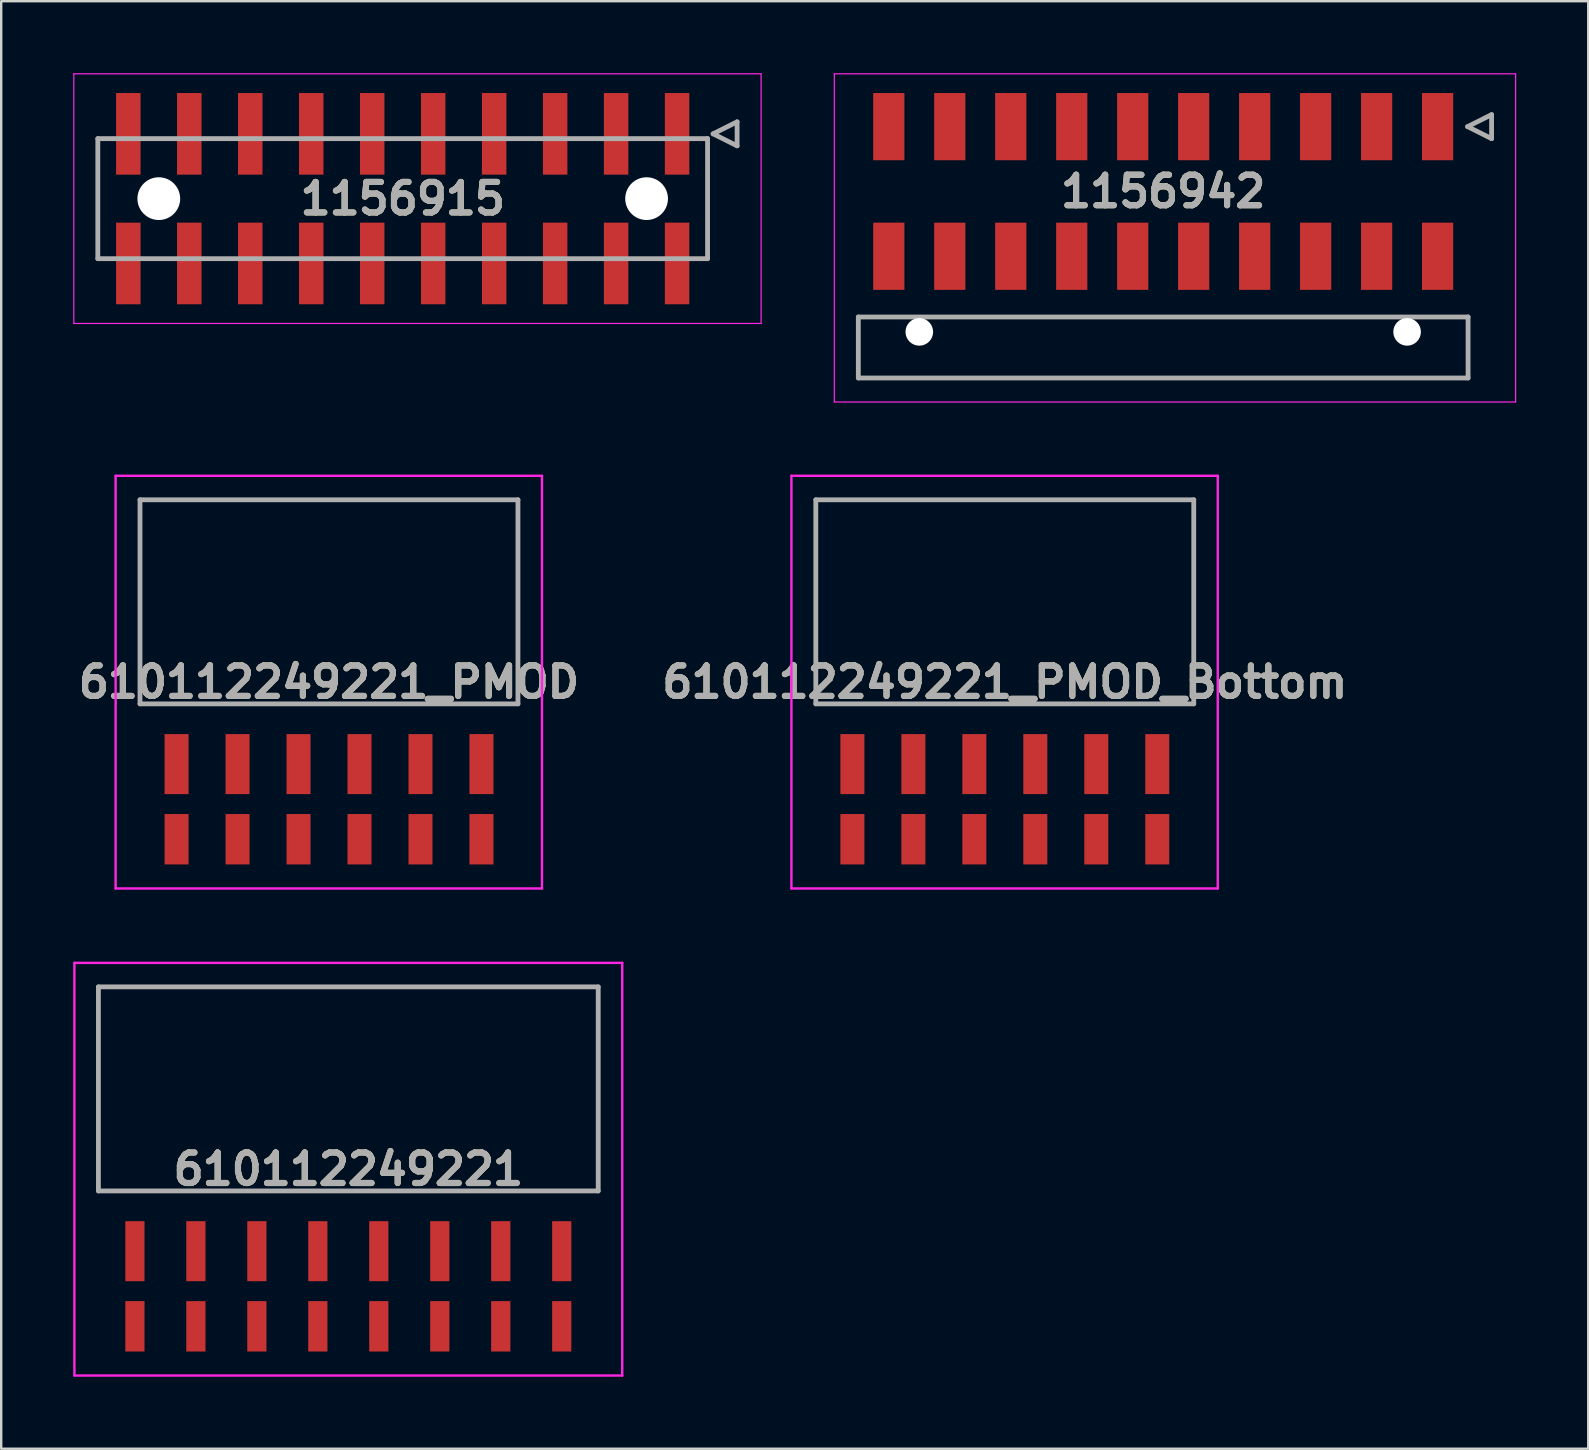
<source format=kicad_pcb>
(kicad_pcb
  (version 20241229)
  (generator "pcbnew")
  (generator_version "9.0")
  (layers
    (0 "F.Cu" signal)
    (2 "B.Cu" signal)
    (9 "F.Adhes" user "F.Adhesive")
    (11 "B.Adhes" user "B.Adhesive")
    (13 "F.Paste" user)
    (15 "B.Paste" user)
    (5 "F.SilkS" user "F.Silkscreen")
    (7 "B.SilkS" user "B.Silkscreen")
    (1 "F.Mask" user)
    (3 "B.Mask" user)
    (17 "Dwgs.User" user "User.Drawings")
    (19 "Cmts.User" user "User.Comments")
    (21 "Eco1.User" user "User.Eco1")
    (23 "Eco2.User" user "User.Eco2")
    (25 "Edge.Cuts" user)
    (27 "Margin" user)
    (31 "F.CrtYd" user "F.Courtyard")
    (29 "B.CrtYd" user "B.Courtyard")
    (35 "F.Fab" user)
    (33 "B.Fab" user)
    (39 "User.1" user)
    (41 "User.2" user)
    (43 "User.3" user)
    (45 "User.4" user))
  (footprint "1156915"
    (layer "F.Cu")
    (at 13.725 5.225)
    (property "Reference" "1156915" (at 0 0 0) (layer "F.SilkS") (effects (font (size 1.27 1.27) (thickness 0.254))))
    (attr through_hole)
    (fp_line (start -12.7 2.5) (end -12.7 -2.5) (stroke (width 0.1) (type solid)) (layer "F.SilkS"))
    (fp_line (start 12.7 -2.5) (end 12.7 2.5) (stroke (width 0.1) (type solid)) (layer "F.SilkS"))
    (fp_line (start 12.93 -2.7) (end 13.93 -3.2) (stroke (width 0.1) (type solid)) (layer "F.SilkS"))
    (fp_line (start 13.93 -3.2) (end 13.93 -2.2) (stroke (width 0.1) (type solid)) (layer "F.SilkS"))
    (fp_line (start 13.93 -2.2) (end 12.93 -2.7) (stroke (width 0.1) (type solid)) (layer "F.SilkS"))
    (fp_line (start -13.7 -5.2) (end 14.93 -5.2) (stroke (width 0.05) (type solid)) (layer "F.CrtYd"))
    (fp_line (start -13.7 5.2) (end -13.7 -5.2) (stroke (width 0.05) (type solid)) (layer "F.CrtYd"))
    (fp_line (start 14.93 -5.2) (end 14.93 5.2) (stroke (width 0.05) (type solid)) (layer "F.CrtYd"))
    (fp_line (start 14.93 5.2) (end -13.7 5.2) (stroke (width 0.05) (type solid)) (layer "F.CrtYd"))
    (fp_line (start -12.7 -2.5) (end 12.7 -2.5) (stroke (width 0.2) (type solid)) (layer "F.Fab"))
    (fp_line (start -12.7 2.5) (end -12.7 -2.5) (stroke (width 0.2) (type solid)) (layer "F.Fab"))
    (fp_line (start 12.7 -2.5) (end 12.7 2.5) (stroke (width 0.2) (type solid)) (layer "F.Fab"))
    (fp_line (start 12.7 2.5) (end -12.7 2.5) (stroke (width 0.2) (type solid)) (layer "F.Fab"))
    (fp_line (start 12.93 -2.7) (end 13.93 -3.2) (stroke (width 0.2) (type solid)) (layer "F.Fab"))
    (fp_line (start 13.93 -3.2) (end 13.93 -2.2) (stroke (width 0.2) (type solid)) (layer "F.Fab"))
    (fp_line (start 13.93 -2.2) (end 12.93 -2.7) (stroke (width 0.2) (type solid)) (layer "F.Fab"))
    (fp_text user "${REFERENCE}" (at 0 0 0) (layer "F.Fab") (effects (font (size 1.27 1.27) (thickness 0.254))))
    (pad "" np_thru_hole circle (at -10.16 0) (size 1.78 1.78) (drill 1.78) (layers "*.Cu" "*.Mask"))
    (pad "" np_thru_hole circle (at 10.16 0) (size 1.78 1.78) (drill 1.78) (layers "*.Cu" "*.Mask"))
    (pad "1" smd rect (at 11.43 -2.7) (size 1.02 3.4) (layers "F.Cu" "F.Mask" "F.Paste"))
    (pad "2" smd rect (at 8.89 -2.7) (size 1.02 3.4) (layers "F.Cu" "F.Mask" "F.Paste"))
    (pad "3" smd rect (at 6.35 -2.7) (size 1.02 3.4) (layers "F.Cu" "F.Mask" "F.Paste"))
    (pad "4" smd rect (at 3.81 -2.7) (size 1.02 3.4) (layers "F.Cu" "F.Mask" "F.Paste"))
    (pad "5" smd rect (at 1.27 -2.7) (size 1.02 3.4) (layers "F.Cu" "F.Mask" "F.Paste"))
    (pad "6" smd rect (at -1.27 -2.7) (size 1.02 3.4) (layers "F.Cu" "F.Mask" "F.Paste"))
    (pad "7" smd rect (at -3.81 -2.7) (size 1.02 3.4) (layers "F.Cu" "F.Mask" "F.Paste"))
    (pad "8" smd rect (at -6.35 -2.7) (size 1.02 3.4) (layers "F.Cu" "F.Mask" "F.Paste"))
    (pad "9" smd rect (at -8.89 -2.7) (size 1.02 3.4) (layers "F.Cu" "F.Mask" "F.Paste"))
    (pad "10" smd rect (at -11.43 -2.7) (size 1.02 3.4) (layers "F.Cu" "F.Mask" "F.Paste"))
    (pad "11" smd rect (at 11.43 2.7) (size 1.02 3.4) (layers "F.Cu" "F.Mask" "F.Paste"))
    (pad "12" smd rect (at 8.89 2.7) (size 1.02 3.4) (layers "F.Cu" "F.Mask" "F.Paste"))
    (pad "13" smd rect (at 6.35 2.7) (size 1.02 3.4) (layers "F.Cu" "F.Mask" "F.Paste"))
    (pad "14" smd rect (at 3.81 2.7) (size 1.02 3.4) (layers "F.Cu" "F.Mask" "F.Paste"))
    (pad "15" smd rect (at 1.27 2.7) (size 1.02 3.4) (layers "F.Cu" "F.Mask" "F.Paste"))
    (pad "16" smd rect (at -1.27 2.7) (size 1.02 3.4) (layers "F.Cu" "F.Mask" "F.Paste"))
    (pad "17" smd rect (at -3.81 2.7) (size 1.02 3.4) (layers "F.Cu" "F.Mask" "F.Paste"))
    (pad "18" smd rect (at -6.35 2.7) (size 1.02 3.4) (layers "F.Cu" "F.Mask" "F.Paste"))
    (pad "19" smd rect (at -8.89 2.7) (size 1.02 3.4) (layers "F.Cu" "F.Mask" "F.Paste"))
    (pad "20" smd rect (at -11.43 2.7) (size 1.02 3.4) (layers "F.Cu" "F.Mask" "F.Paste")))
  (footprint "610112249221_PMOD_Bottom"
    (layer "F.Cu")
    (at 38.806 24.84)
    (property "Reference" "610112249221_PMOD_Bottom" (at 0.002 0.525 0) (layer "F.SilkS") (effects (font (size 1.27 1.27) (thickness 0.254))))
    (attr smd)
    (fp_line (start -7.872 -7.07) (end 7.872 -7.07) (stroke (width 0.1) (type solid)) (layer "F.SilkS"))
    (fp_line (start -7.872 1.43) (end -7.872 -7.07) (stroke (width 0.1) (type solid)) (layer "F.SilkS"))
    (fp_line (start 7.872 -7.07) (end 7.872 1.43) (stroke (width 0.1) (type solid)) (layer "F.SilkS"))
    (fp_line (start 7.872 1.43) (end -7.872 1.43) (stroke (width 0.1) (type solid)) (layer "F.SilkS"))
    (fp_line (start -8.888 -8.07) (end 8.872 -8.07) (stroke (width 0.1) (type solid)) (layer "F.CrtYd"))
    (fp_line (start -8.888 9.12) (end -8.888 -8.07) (stroke (width 0.1) (type solid)) (layer "F.CrtYd"))
    (fp_line (start 8.872 -8.07) (end 8.872 9.12) (stroke (width 0.1) (type solid)) (layer "F.CrtYd"))
    (fp_line (start 8.872 9.12) (end -8.888 9.12) (stroke (width 0.1) (type solid)) (layer "F.CrtYd"))
    (fp_line (start -7.872 -7.07) (end 7.872 -7.07) (stroke (width 0.2) (type solid)) (layer "F.Fab"))
    (fp_line (start -7.872 1.43) (end -7.872 -7.07) (stroke (width 0.2) (type solid)) (layer "F.Fab"))
    (fp_line (start 7.872 -7.07) (end 7.872 1.43) (stroke (width 0.2) (type solid)) (layer "F.Fab"))
    (fp_line (start 7.872 1.43) (end -7.872 1.43) (stroke (width 0.2) (type solid)) (layer "F.Fab"))
    (fp_text user "${REFERENCE}" (at 0.002 0.525 0) (layer "F.Fab") (effects (font (size 1.27 1.27) (thickness 0.254))))
    (pad "" np_thru_hole circle (at -5.078 -0.07) (size 0.001 0.001) (drill 1.4) (layers "*.Cu" "*.Mask"))
    (pad "" np_thru_hole circle (at 5.082 -0.07) (size 0.001 0.001) (drill 1.4) (layers "*.Cu" "*.Mask"))
    (pad "1" smd rect (at 6.352 3.94) (size 1 2.5) (layers "F.Cu" "F.Mask" "F.Paste"))
    (pad "2" smd rect (at 3.812 3.94) (size 1 2.5) (layers "F.Cu" "F.Mask" "F.Paste"))
    (pad "3" smd rect (at 1.272 3.94) (size 1 2.5) (layers "F.Cu" "F.Mask" "F.Paste"))
    (pad "4" smd rect (at -1.268 3.94) (size 1 2.5) (layers "F.Cu" "F.Mask" "F.Paste"))
    (pad "5" smd rect (at -3.808 3.94) (size 1 2.5) (layers "F.Cu" "F.Mask" "F.Paste"))
    (pad "6" smd rect (at -6.348 3.94) (size 1 2.5) (layers "F.Cu" "F.Mask" "F.Paste"))
    (pad "7" smd rect (at 6.352 7.07) (size 1 2.1) (layers "F.Cu" "F.Mask" "F.Paste"))
    (pad "8" smd rect (at 3.812 7.07) (size 1 2.1) (layers "F.Cu" "F.Mask" "F.Paste"))
    (pad "9" smd rect (at 1.272 7.07) (size 1 2.1) (layers "F.Cu" "F.Mask" "F.Paste"))
    (pad "10" smd rect (at -1.268 7.07) (size 1 2.1) (layers "F.Cu" "F.Mask" "F.Paste"))
    (pad "11" smd rect (at -3.808 7.07) (size 1 2.1) (layers "F.Cu" "F.Mask" "F.Paste"))
    (pad "12" smd rect (at -6.348 7.07) (size 1 2.1) (layers "F.Cu" "F.Mask" "F.Paste")))
  (footprint "610112249221_PMOD"
    (layer "F.Cu")
    (at 10.654 24.84)
    (property "Reference" "610112249221_PMOD" (at 0.002 0.525 0) (layer "F.SilkS") (effects (font (size 1.27 1.27) (thickness 0.254))))
    (attr smd)
    (fp_line (start -7.872 -7.07) (end 7.872 -7.07) (stroke (width 0.1) (type solid)) (layer "F.SilkS"))
    (fp_line (start -7.872 1.43) (end -7.872 -7.07) (stroke (width 0.1) (type solid)) (layer "F.SilkS"))
    (fp_line (start 7.872 -7.07) (end 7.872 1.43) (stroke (width 0.1) (type solid)) (layer "F.SilkS"))
    (fp_line (start 7.872 1.43) (end -7.872 1.43) (stroke (width 0.1) (type solid)) (layer "F.SilkS"))
    (fp_line (start -8.888 -8.07) (end 8.872 -8.07) (stroke (width 0.1) (type solid)) (layer "F.CrtYd"))
    (fp_line (start -8.888 9.12) (end -8.888 -8.07) (stroke (width 0.1) (type solid)) (layer "F.CrtYd"))
    (fp_line (start 8.872 -8.07) (end 8.872 9.12) (stroke (width 0.1) (type solid)) (layer "F.CrtYd"))
    (fp_line (start 8.872 9.12) (end -8.888 9.12) (stroke (width 0.1) (type solid)) (layer "F.CrtYd"))
    (fp_line (start -7.872 -7.07) (end 7.872 -7.07) (stroke (width 0.2) (type solid)) (layer "F.Fab"))
    (fp_line (start -7.872 1.43) (end -7.872 -7.07) (stroke (width 0.2) (type solid)) (layer "F.Fab"))
    (fp_line (start 7.872 -7.07) (end 7.872 1.43) (stroke (width 0.2) (type solid)) (layer "F.Fab"))
    (fp_line (start 7.872 1.43) (end -7.872 1.43) (stroke (width 0.2) (type solid)) (layer "F.Fab"))
    (fp_text user "${REFERENCE}" (at 0.002 0.525 0) (layer "F.Fab") (effects (font (size 1.27 1.27) (thickness 0.254))))
    (pad "" np_thru_hole circle (at -5.078 -0.07) (size 0.001 0.001) (drill 1.4) (layers "*.Cu" "*.Mask"))
    (pad "" np_thru_hole circle (at 5.082 -0.07) (size 0.001 0.001) (drill 1.4) (layers "*.Cu" "*.Mask"))
    (pad "1" smd rect (at -6.348 7.07) (size 1 2.1) (layers "F.Cu" "F.Mask" "F.Paste"))
    (pad "2" smd rect (at -3.808 7.07) (size 1 2.1) (layers "F.Cu" "F.Mask" "F.Paste"))
    (pad "3" smd rect (at -1.268 7.07) (size 1 2.1) (layers "F.Cu" "F.Mask" "F.Paste"))
    (pad "4" smd rect (at 1.272 7.07) (size 1 2.1) (layers "F.Cu" "F.Mask" "F.Paste"))
    (pad "5" smd rect (at 3.812 7.07) (size 1 2.1) (layers "F.Cu" "F.Mask" "F.Paste"))
    (pad "6" smd rect (at 6.352 7.07) (size 1 2.1) (layers "F.Cu" "F.Mask" "F.Paste"))
    (pad "7" smd rect (at -6.348 3.94) (size 1 2.5) (layers "F.Cu" "F.Mask" "F.Paste"))
    (pad "8" smd rect (at -3.808 3.94) (size 1 2.5) (layers "F.Cu" "F.Mask" "F.Paste"))
    (pad "9" smd rect (at -1.268 3.94) (size 1 2.5) (layers "F.Cu" "F.Mask" "F.Paste"))
    (pad "10" smd rect (at 1.272 3.94) (size 1 2.5) (layers "F.Cu" "F.Mask" "F.Paste"))
    (pad "11" smd rect (at 3.812 3.94) (size 1 2.5) (layers "F.Cu" "F.Mask" "F.Paste"))
    (pad "12" smd rect (at 6.352 3.94) (size 1 2.5) (layers "F.Cu" "F.Mask" "F.Paste")))
  (footprint "1156942"
    (layer "F.Cu")
    (at 45.405 4.925)
    (property "Reference" "1156942" (at 0 0 0) (layer "F.SilkS") (effects (font (size 1.27 1.27) (thickness 0.254))))
    (attr through_hole)
    (fp_line (start -12.7 7.77) (end -12.7 5.23) (stroke (width 0.1) (type solid)) (layer "F.SilkS"))
    (fp_line (start 12.68 -2.7) (end 13.68 -3.2) (stroke (width 0.1) (type solid)) (layer "F.SilkS"))
    (fp_line (start 12.7 5.23) (end 12.7 7.77) (stroke (width 0.1) (type solid)) (layer "F.SilkS"))
    (fp_line (start 12.7 7.77) (end -12.7 7.77) (stroke (width 0.1) (type solid)) (layer "F.SilkS"))
    (fp_line (start 13.68 -3.2) (end 13.68 -2.2) (stroke (width 0.1) (type solid)) (layer "F.SilkS"))
    (fp_line (start 13.68 -2.2) (end 12.68 -2.7) (stroke (width 0.1) (type solid)) (layer "F.SilkS"))
    (fp_line (start -13.7 -4.9) (end 14.68 -4.9) (stroke (width 0.05) (type solid)) (layer "F.CrtYd"))
    (fp_line (start -13.7 8.77) (end -13.7 -4.9) (stroke (width 0.05) (type solid)) (layer "F.CrtYd"))
    (fp_line (start 14.68 -4.9) (end 14.68 8.77) (stroke (width 0.05) (type solid)) (layer "F.CrtYd"))
    (fp_line (start 14.68 8.77) (end -13.7 8.77) (stroke (width 0.05) (type solid)) (layer "F.CrtYd"))
    (fp_line (start -12.7 5.23) (end 12.7 5.23) (stroke (width 0.2) (type solid)) (layer "F.Fab"))
    (fp_line (start -12.7 7.77) (end -12.7 5.23) (stroke (width 0.2) (type solid)) (layer "F.Fab"))
    (fp_line (start 12.68 -2.7) (end 13.68 -3.2) (stroke (width 0.2) (type solid)) (layer "F.Fab"))
    (fp_line (start 12.7 5.23) (end 12.7 7.77) (stroke (width 0.2) (type solid)) (layer "F.Fab"))
    (fp_line (start 12.7 7.77) (end -12.7 7.77) (stroke (width 0.2) (type solid)) (layer "F.Fab"))
    (fp_line (start 13.68 -3.2) (end 13.68 -2.2) (stroke (width 0.2) (type solid)) (layer "F.Fab"))
    (fp_line (start 13.68 -2.2) (end 12.68 -2.7) (stroke (width 0.2) (type solid)) (layer "F.Fab"))
    (fp_text user "${REFERENCE}" (at 0 0 0) (layer "F.Fab") (effects (font (size 1.27 1.27) (thickness 0.254))))
    (pad "" np_thru_hole circle (at -10.16 5.85) (size 1.15 1.15) (drill 1.15) (layers "*.Cu" "*.Mask"))
    (pad "" np_thru_hole circle (at 10.16 5.85) (size 1.15 1.15) (drill 1.15) (layers "*.Cu" "*.Mask"))
    (pad "1" smd rect (at 11.43 -2.7) (size 1.3 2.8) (layers "F.Cu" "F.Mask" "F.Paste"))
    (pad "2" smd rect (at 8.89 -2.7) (size 1.3 2.8) (layers "F.Cu" "F.Mask" "F.Paste"))
    (pad "3" smd rect (at 6.35 -2.7) (size 1.3 2.8) (layers "F.Cu" "F.Mask" "F.Paste"))
    (pad "4" smd rect (at 3.81 -2.7) (size 1.3 2.8) (layers "F.Cu" "F.Mask" "F.Paste"))
    (pad "5" smd rect (at 1.27 -2.7) (size 1.3 2.8) (layers "F.Cu" "F.Mask" "F.Paste"))
    (pad "6" smd rect (at -1.27 -2.7) (size 1.3 2.8) (layers "F.Cu" "F.Mask" "F.Paste"))
    (pad "7" smd rect (at -3.81 -2.7) (size 1.3 2.8) (layers "F.Cu" "F.Mask" "F.Paste"))
    (pad "8" smd rect (at -6.35 -2.7) (size 1.3 2.8) (layers "F.Cu" "F.Mask" "F.Paste"))
    (pad "9" smd rect (at -8.89 -2.7) (size 1.3 2.8) (layers "F.Cu" "F.Mask" "F.Paste"))
    (pad "10" smd rect (at -11.43 -2.7) (size 1.3 2.8) (layers "F.Cu" "F.Mask" "F.Paste"))
    (pad "11" smd rect (at 11.43 2.7) (size 1.3 2.8) (layers "F.Cu" "F.Mask" "F.Paste"))
    (pad "12" smd rect (at 8.89 2.7) (size 1.3 2.8) (layers "F.Cu" "F.Mask" "F.Paste"))
    (pad "13" smd rect (at 6.35 2.7) (size 1.3 2.8) (layers "F.Cu" "F.Mask" "F.Paste"))
    (pad "14" smd rect (at 3.81 2.7) (size 1.3 2.8) (layers "F.Cu" "F.Mask" "F.Paste"))
    (pad "15" smd rect (at 1.27 2.7) (size 1.3 2.8) (layers "F.Cu" "F.Mask" "F.Paste"))
    (pad "16" smd rect (at -1.27 2.7) (size 1.3 2.8) (layers "F.Cu" "F.Mask" "F.Paste"))
    (pad "17" smd rect (at -3.81 2.7) (size 1.3 2.8) (layers "F.Cu" "F.Mask" "F.Paste"))
    (pad "18" smd rect (at -6.35 2.7) (size 1.3 2.8) (layers "F.Cu" "F.Mask" "F.Paste"))
    (pad "19" smd rect (at -8.89 2.7) (size 1.3 2.8) (layers "F.Cu" "F.Mask" "F.Paste"))
    (pad "20" smd rect (at -11.43 2.7) (size 1.3 2.8) (layers "F.Cu" "F.Mask" "F.Paste")))
  (footprint "610112249221"
    (layer "F.Cu")
    (at 11.46 45.13)
    (property "Reference" "610112249221" (at 0 0.525 0) (layer "F.SilkS") (effects (font (size 1.27 1.27) (thickness 0.254))))
    (attr through_hole)
    (fp_line (start -10.41 -7.07) (end 10.41 -7.07) (stroke (width 0.1) (type solid)) (layer "F.SilkS"))
    (fp_line (start -10.41 1.43) (end -10.41 -7.07) (stroke (width 0.1) (type solid)) (layer "F.SilkS"))
    (fp_line (start 10.41 -7.07) (end 10.41 1.43) (stroke (width 0.1) (type solid)) (layer "F.SilkS"))
    (fp_line (start 10.41 1.43) (end -10.41 1.43) (stroke (width 0.1) (type solid)) (layer "F.SilkS"))
    (fp_line (start -11.41 -8.07) (end 11.41 -8.07) (stroke (width 0.1) (type solid)) (layer "F.CrtYd"))
    (fp_line (start -11.41 9.12) (end -11.41 -8.07) (stroke (width 0.1) (type solid)) (layer "F.CrtYd"))
    (fp_line (start 11.41 -8.07) (end 11.41 9.12) (stroke (width 0.1) (type solid)) (layer "F.CrtYd"))
    (fp_line (start 11.41 9.12) (end -11.41 9.12) (stroke (width 0.1) (type solid)) (layer "F.CrtYd"))
    (fp_line (start -10.41 -7.07) (end 10.41 -7.07) (stroke (width 0.2) (type solid)) (layer "F.Fab"))
    (fp_line (start -10.41 1.43) (end -10.41 -7.07) (stroke (width 0.2) (type solid)) (layer "F.Fab"))
    (fp_line (start 10.41 -7.07) (end 10.41 1.43) (stroke (width 0.2) (type solid)) (layer "F.Fab"))
    (fp_line (start 10.41 1.43) (end -10.41 1.43) (stroke (width 0.2) (type solid)) (layer "F.Fab"))
    (fp_text user "${REFERENCE}" (at 0 0.525 0) (layer "F.Fab") (effects (font (size 1.27 1.27) (thickness 0.254))))
    (pad "" np_thru_hole circle (at -7.62 -0.07) (size 0.001 0.001) (drill 1.4) (layers "*.Cu" "*.Mask"))
    (pad "" np_thru_hole circle (at 7.62 -0.07) (size 0.001 0.001) (drill 1.4) (layers "*.Cu" "*.Mask"))
    (pad "1" smd rect (at -8.89 7.07) (size 0.8 2.1) (layers "F.Cu" "F.Mask" "F.Paste"))
    (pad "2" smd rect (at -8.89 3.94) (size 0.8 2.5) (layers "F.Cu" "F.Mask" "F.Paste"))
    (pad "3" smd rect (at -6.35 7.07) (size 0.8 2.1) (layers "F.Cu" "F.Mask" "F.Paste"))
    (pad "4" smd rect (at -6.35 3.94) (size 0.8 2.5) (layers "F.Cu" "F.Mask" "F.Paste"))
    (pad "5" smd rect (at -3.81 7.07) (size 0.8 2.1) (layers "F.Cu" "F.Mask" "F.Paste"))
    (pad "6" smd rect (at -3.81 3.94) (size 0.8 2.5) (layers "F.Cu" "F.Mask" "F.Paste"))
    (pad "7" smd rect (at -1.27 7.07) (size 0.8 2.1) (layers "F.Cu" "F.Mask" "F.Paste"))
    (pad "8" smd rect (at -1.27 3.94) (size 0.8 2.5) (layers "F.Cu" "F.Mask" "F.Paste"))
    (pad "9" smd rect (at 1.27 7.07) (size 0.8 2.1) (layers "F.Cu" "F.Mask" "F.Paste"))
    (pad "10" smd rect (at 1.27 3.94) (size 0.8 2.5) (layers "F.Cu" "F.Mask" "F.Paste"))
    (pad "11" smd rect (at 3.81 7.07) (size 0.8 2.1) (layers "F.Cu" "F.Mask" "F.Paste"))
    (pad "12" smd rect (at 3.81 3.94) (size 0.8 2.5) (layers "F.Cu" "F.Mask" "F.Paste"))
    (pad "13" smd rect (at 6.35 7.07) (size 0.8 2.1) (layers "F.Cu" "F.Mask" "F.Paste"))
    (pad "14" smd rect (at 6.35 3.94) (size 0.8 2.5) (layers "F.Cu" "F.Mask" "F.Paste"))
    (pad "15" smd rect (at 8.89 7.07) (size 0.8 2.1) (layers "F.Cu" "F.Mask" "F.Paste"))
    (pad "16" smd rect (at 8.89 3.94) (size 0.8 2.5) (layers "F.Cu" "F.Mask" "F.Paste")))
  (gr_rect
    (start -3 -3)
    (end 63.11 57.3)
    (stroke (width 0.1) (type default))
    (fill no)
    (layer "Edge.Cuts")))
</source>
